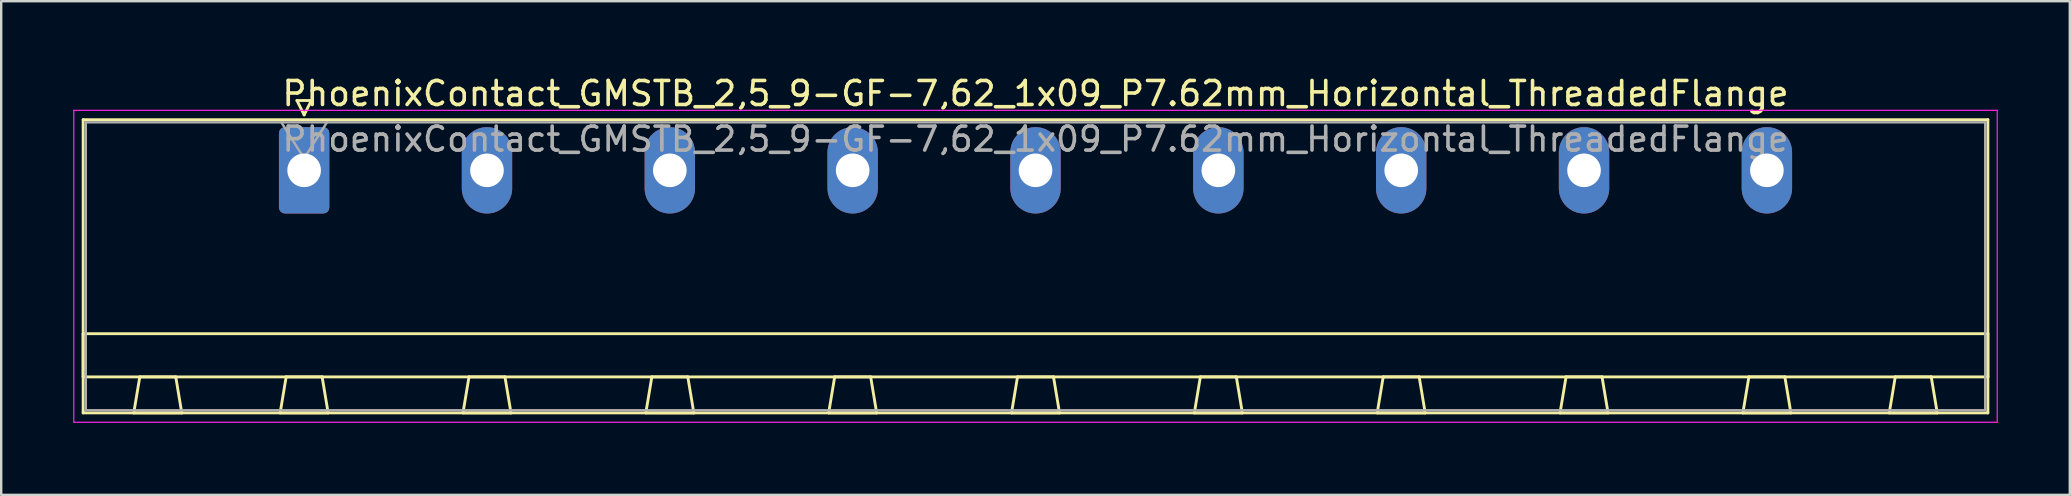
<source format=kicad_pcb>
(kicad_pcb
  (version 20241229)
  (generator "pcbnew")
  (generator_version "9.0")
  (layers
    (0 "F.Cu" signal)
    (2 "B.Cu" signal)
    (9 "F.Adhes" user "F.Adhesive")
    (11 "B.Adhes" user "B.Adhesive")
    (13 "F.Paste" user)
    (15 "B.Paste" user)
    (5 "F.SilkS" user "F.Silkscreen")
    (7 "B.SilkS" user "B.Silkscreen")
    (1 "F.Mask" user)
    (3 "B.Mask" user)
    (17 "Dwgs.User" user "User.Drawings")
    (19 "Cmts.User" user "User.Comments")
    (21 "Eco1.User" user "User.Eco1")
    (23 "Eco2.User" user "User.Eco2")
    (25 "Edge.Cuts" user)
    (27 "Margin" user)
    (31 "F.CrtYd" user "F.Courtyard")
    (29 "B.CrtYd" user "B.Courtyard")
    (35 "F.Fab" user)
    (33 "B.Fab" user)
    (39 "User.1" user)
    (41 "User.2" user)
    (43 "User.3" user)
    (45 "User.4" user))
  (footprint "PhoenixContact_GMSTB_2,5_9-GF-7,62_1x09_P7.62mm_Horizontal_ThreadedFlange"
    (layer "F.Cu")
    (at 9.625 4.048)
    (property "Reference" "PhoenixContact_GMSTB_2,5_9-GF-7,62_1x09_P7.62mm_Horizontal_ThreadedFlange" (at 30.48 -3.2 0) (layer "F.SilkS") (effects (font (size 1 1) (thickness 0.15))))
    (attr through_hole)
    (fp_line (start -9.21 -2.11) (end -9.21 10.11) (stroke (width 0.12) (type solid)) (layer "F.SilkS"))
    (fp_line (start -9.21 6.81) (end 70.17 6.81) (stroke (width 0.12) (type solid)) (layer "F.SilkS"))
    (fp_line (start -9.21 8.61) (end -9.21 6.81) (stroke (width 0.12) (type solid)) (layer "F.SilkS"))
    (fp_line (start -9.21 10.11) (end 70.17 10.11) (stroke (width 0.12) (type solid)) (layer "F.SilkS"))
    (fp_line (start -7.1 10.11) (end -5.1 10.11) (stroke (width 0.12) (type solid)) (layer "F.SilkS"))
    (fp_line (start -6.85 8.61) (end -7.1 10.11) (stroke (width 0.12) (type solid)) (layer "F.SilkS"))
    (fp_line (start -5.35 8.61) (end -6.85 8.61) (stroke (width 0.12) (type solid)) (layer "F.SilkS"))
    (fp_line (start -5.1 10.11) (end -5.35 8.61) (stroke (width 0.12) (type solid)) (layer "F.SilkS"))
    (fp_line (start -1 10.11) (end 1 10.11) (stroke (width 0.12) (type solid)) (layer "F.SilkS"))
    (fp_line (start -0.75 8.61) (end -1 10.11) (stroke (width 0.12) (type solid)) (layer "F.SilkS"))
    (fp_line (start -0.3 -2.91) (end 0.3 -2.91) (stroke (width 0.12) (type solid)) (layer "F.SilkS"))
    (fp_line (start 0 -2.31) (end -0.3 -2.91) (stroke (width 0.12) (type solid)) (layer "F.SilkS"))
    (fp_line (start 0.3 -2.91) (end 0 -2.31) (stroke (width 0.12) (type solid)) (layer "F.SilkS"))
    (fp_line (start 0.75 8.61) (end -0.75 8.61) (stroke (width 0.12) (type solid)) (layer "F.SilkS"))
    (fp_line (start 1 10.11) (end 0.75 8.61) (stroke (width 0.12) (type solid)) (layer "F.SilkS"))
    (fp_line (start 6.62 10.11) (end 8.62 10.11) (stroke (width 0.12) (type solid)) (layer "F.SilkS"))
    (fp_line (start 6.87 8.61) (end 6.62 10.11) (stroke (width 0.12) (type solid)) (layer "F.SilkS"))
    (fp_line (start 8.37 8.61) (end 6.87 8.61) (stroke (width 0.12) (type solid)) (layer "F.SilkS"))
    (fp_line (start 8.62 10.11) (end 8.37 8.61) (stroke (width 0.12) (type solid)) (layer "F.SilkS"))
    (fp_line (start 14.24 10.11) (end 16.24 10.11) (stroke (width 0.12) (type solid)) (layer "F.SilkS"))
    (fp_line (start 14.49 8.61) (end 14.24 10.11) (stroke (width 0.12) (type solid)) (layer "F.SilkS"))
    (fp_line (start 15.99 8.61) (end 14.49 8.61) (stroke (width 0.12) (type solid)) (layer "F.SilkS"))
    (fp_line (start 16.24 10.11) (end 15.99 8.61) (stroke (width 0.12) (type solid)) (layer "F.SilkS"))
    (fp_line (start 21.86 10.11) (end 23.86 10.11) (stroke (width 0.12) (type solid)) (layer "F.SilkS"))
    (fp_line (start 22.11 8.61) (end 21.86 10.11) (stroke (width 0.12) (type solid)) (layer "F.SilkS"))
    (fp_line (start 23.61 8.61) (end 22.11 8.61) (stroke (width 0.12) (type solid)) (layer "F.SilkS"))
    (fp_line (start 23.86 10.11) (end 23.61 8.61) (stroke (width 0.12) (type solid)) (layer "F.SilkS"))
    (fp_line (start 29.48 10.11) (end 31.48 10.11) (stroke (width 0.12) (type solid)) (layer "F.SilkS"))
    (fp_line (start 29.73 8.61) (end 29.48 10.11) (stroke (width 0.12) (type solid)) (layer "F.SilkS"))
    (fp_line (start 31.23 8.61) (end 29.73 8.61) (stroke (width 0.12) (type solid)) (layer "F.SilkS"))
    (fp_line (start 31.48 10.11) (end 31.23 8.61) (stroke (width 0.12) (type solid)) (layer "F.SilkS"))
    (fp_line (start 37.1 10.11) (end 39.1 10.11) (stroke (width 0.12) (type solid)) (layer "F.SilkS"))
    (fp_line (start 37.35 8.61) (end 37.1 10.11) (stroke (width 0.12) (type solid)) (layer "F.SilkS"))
    (fp_line (start 38.85 8.61) (end 37.35 8.61) (stroke (width 0.12) (type solid)) (layer "F.SilkS"))
    (fp_line (start 39.1 10.11) (end 38.85 8.61) (stroke (width 0.12) (type solid)) (layer "F.SilkS"))
    (fp_line (start 44.72 10.11) (end 46.72 10.11) (stroke (width 0.12) (type solid)) (layer "F.SilkS"))
    (fp_line (start 44.97 8.61) (end 44.72 10.11) (stroke (width 0.12) (type solid)) (layer "F.SilkS"))
    (fp_line (start 46.47 8.61) (end 44.97 8.61) (stroke (width 0.12) (type solid)) (layer "F.SilkS"))
    (fp_line (start 46.72 10.11) (end 46.47 8.61) (stroke (width 0.12) (type solid)) (layer "F.SilkS"))
    (fp_line (start 52.34 10.11) (end 54.34 10.11) (stroke (width 0.12) (type solid)) (layer "F.SilkS"))
    (fp_line (start 52.59 8.61) (end 52.34 10.11) (stroke (width 0.12) (type solid)) (layer "F.SilkS"))
    (fp_line (start 54.09 8.61) (end 52.59 8.61) (stroke (width 0.12) (type solid)) (layer "F.SilkS"))
    (fp_line (start 54.34 10.11) (end 54.09 8.61) (stroke (width 0.12) (type solid)) (layer "F.SilkS"))
    (fp_line (start 59.96 10.11) (end 61.96 10.11) (stroke (width 0.12) (type solid)) (layer "F.SilkS"))
    (fp_line (start 60.21 8.61) (end 59.96 10.11) (stroke (width 0.12) (type solid)) (layer "F.SilkS"))
    (fp_line (start 61.71 8.61) (end 60.21 8.61) (stroke (width 0.12) (type solid)) (layer "F.SilkS"))
    (fp_line (start 61.96 10.11) (end 61.71 8.61) (stroke (width 0.12) (type solid)) (layer "F.SilkS"))
    (fp_line (start 66.06 10.11) (end 68.06 10.11) (stroke (width 0.12) (type solid)) (layer "F.SilkS"))
    (fp_line (start 66.31 8.61) (end 66.06 10.11) (stroke (width 0.12) (type solid)) (layer "F.SilkS"))
    (fp_line (start 67.81 8.61) (end 66.31 8.61) (stroke (width 0.12) (type solid)) (layer "F.SilkS"))
    (fp_line (start 68.06 10.11) (end 67.81 8.61) (stroke (width 0.12) (type solid)) (layer "F.SilkS"))
    (fp_line (start 70.17 -2.11) (end -9.21 -2.11) (stroke (width 0.12) (type solid)) (layer "F.SilkS"))
    (fp_line (start 70.17 6.81) (end 70.17 8.61) (stroke (width 0.12) (type solid)) (layer "F.SilkS"))
    (fp_line (start 70.17 8.61) (end -9.21 8.61) (stroke (width 0.12) (type solid)) (layer "F.SilkS"))
    (fp_line (start 70.17 10.11) (end 70.17 -2.11) (stroke (width 0.12) (type solid)) (layer "F.SilkS"))
    (fp_line (start -9.6 -2.5) (end -9.6 10.5) (stroke (width 0.05) (type solid)) (layer "F.CrtYd"))
    (fp_line (start -9.6 10.5) (end 70.56 10.5) (stroke (width 0.05) (type solid)) (layer "F.CrtYd"))
    (fp_line (start 70.56 -2.5) (end -9.6 -2.5) (stroke (width 0.05) (type solid)) (layer "F.CrtYd"))
    (fp_line (start 70.56 10.5) (end 70.56 -2.5) (stroke (width 0.05) (type solid)) (layer "F.CrtYd"))
    (fp_line (start -9.1 -2) (end -9.1 10) (stroke (width 0.1) (type solid)) (layer "F.Fab"))
    (fp_line (start -9.1 10) (end 70.06 10) (stroke (width 0.1) (type solid)) (layer "F.Fab"))
    (fp_line (start 0 -0.5) (end -0.95 -2) (stroke (width 0.1) (type solid)) (layer "F.Fab"))
    (fp_line (start 0.95 -2) (end 0 -0.5) (stroke (width 0.1) (type solid)) (layer "F.Fab"))
    (fp_line (start 70.06 -2) (end -9.1 -2) (stroke (width 0.1) (type solid)) (layer "F.Fab"))
    (fp_line (start 70.06 10) (end 70.06 -2) (stroke (width 0.1) (type solid)) (layer "F.Fab"))
    (fp_text user "${REFERENCE}" (at 30.48 -1.3 0) (layer "F.Fab") (effects (font (size 1 1) (thickness 0.15))))
    (pad "1" thru_hole roundrect (at 0 0) (size 2.1 3.6) (drill 1.4) (layers "*.Cu" "*.Mask") (roundrect_rratio 0.119))
    (pad "2" thru_hole oval (at 7.62 0) (size 2.1 3.6) (drill 1.4) (layers "*.Cu" "*.Mask"))
    (pad "3" thru_hole oval (at 15.24 0) (size 2.1 3.6) (drill 1.4) (layers "*.Cu" "*.Mask"))
    (pad "4" thru_hole oval (at 22.86 0) (size 2.1 3.6) (drill 1.4) (layers "*.Cu" "*.Mask"))
    (pad "5" thru_hole oval (at 30.48 0) (size 2.1 3.6) (drill 1.4) (layers "*.Cu" "*.Mask"))
    (pad "6" thru_hole oval (at 38.1 0) (size 2.1 3.6) (drill 1.4) (layers "*.Cu" "*.Mask"))
    (pad "7" thru_hole oval (at 45.72 0) (size 2.1 3.6) (drill 1.4) (layers "*.Cu" "*.Mask"))
    (pad "8" thru_hole oval (at 53.34 0) (size 2.1 3.6) (drill 1.4) (layers "*.Cu" "*.Mask"))
    (pad "9" thru_hole oval (at 60.96 0) (size 2.1 3.6) (drill 1.4) (layers "*.Cu" "*.Mask")))
  (gr_rect
    (start -3 -3)
    (end 83.21 17.573)
    (stroke (width 0.1) (type default))
    (fill no)
    (layer "Edge.Cuts")))
</source>
